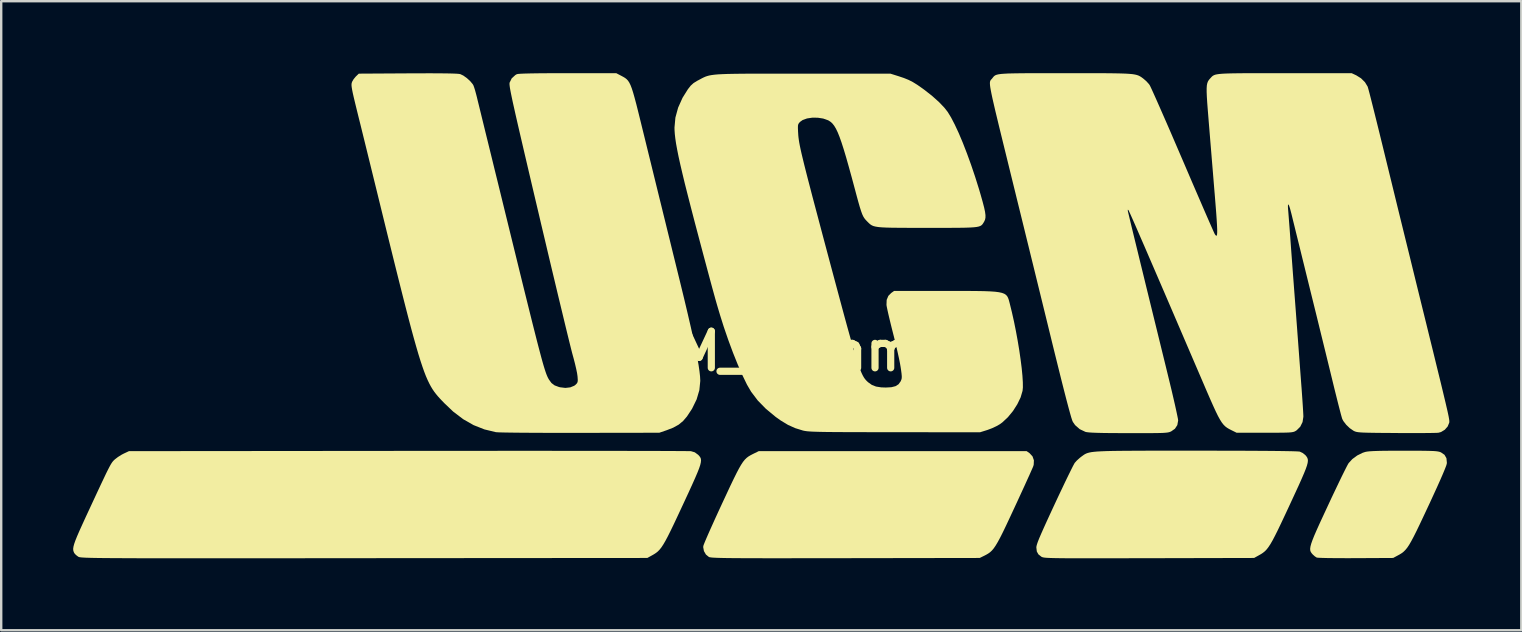
<source format=kicad_pcb>
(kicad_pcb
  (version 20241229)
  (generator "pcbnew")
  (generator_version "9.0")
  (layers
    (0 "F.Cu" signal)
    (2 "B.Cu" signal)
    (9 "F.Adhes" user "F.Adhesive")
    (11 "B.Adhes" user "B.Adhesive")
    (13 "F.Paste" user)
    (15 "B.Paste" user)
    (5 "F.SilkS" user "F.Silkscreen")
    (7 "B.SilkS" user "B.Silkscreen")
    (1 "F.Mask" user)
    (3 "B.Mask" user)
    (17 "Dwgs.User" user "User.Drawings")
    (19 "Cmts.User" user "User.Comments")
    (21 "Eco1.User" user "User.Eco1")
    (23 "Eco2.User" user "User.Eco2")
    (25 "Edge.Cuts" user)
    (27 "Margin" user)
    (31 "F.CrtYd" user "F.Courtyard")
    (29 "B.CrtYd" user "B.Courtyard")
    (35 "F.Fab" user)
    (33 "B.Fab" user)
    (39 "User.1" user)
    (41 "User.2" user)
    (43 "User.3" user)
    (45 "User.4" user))
  (footprint "UCM_20mm"
    (layer "F.Cu")
    (at 28.587 11.587)
    (property "Reference" "UCM_20mm" (at 0 0 0) (layer "F.SilkS") (effects (font (size 1.524 1.524) (thickness 0.3))))
    (attr board_only exclude_from_pos_files exclude_from_bom)
    (fp_poly (pts (xy 11.27 4.251) (xy 11.389 4.38) (xy 11.447 4.544) (xy 11.439 4.727) (xy 11.423 4.784) (xy 11.397 4.849) (xy 11.341 4.975) (xy 11.261 5.156) (xy 11.158 5.382) (xy 11.038 5.647) (xy 10.902 5.942) (xy 10.756 6.26) (xy 10.645 6.499) (xy 10.457 6.903) (xy 10.297 7.244) (xy 10.161 7.527) (xy 10.044 7.76) (xy 9.943 7.947) (xy 9.854 8.096) (xy 9.774 8.213) (xy 9.697 8.304) (xy 9.621 8.375) (xy 9.541 8.432) (xy 9.453 8.483) (xy 9.381 8.52) (xy 9.189 8.614) (xy 3.607 8.623) (xy 2.836 8.624) (xy 2.139 8.625) (xy 1.512 8.625) (xy 0.95 8.626) (xy 0.449 8.626) (xy 0.008 8.625) (xy -0.379 8.624) (xy -0.716 8.623) (xy -1.004 8.621) (xy -1.25 8.619) (xy -1.455 8.616) (xy -1.624 8.612) (xy -1.761 8.608) (xy -1.869 8.603) (xy -1.951 8.598) (xy -2.013 8.591) (xy -2.056 8.584) (xy -2.085 8.577) (xy -2.098 8.571) (xy -2.22 8.472) (xy -2.303 8.328) (xy -2.333 8.167) (xy -2.328 8.113) (xy -2.308 8.053) (xy -2.259 7.931) (xy -2.184 7.755) (xy -2.086 7.531) (xy -1.968 7.268) (xy -1.835 6.973) (xy -1.689 6.654) (xy -1.547 6.347) (xy -1.357 5.94) (xy -1.196 5.595) (xy -1.058 5.308) (xy -0.941 5.072) (xy -0.841 4.882) (xy -0.753 4.73) (xy -0.674 4.61) (xy -0.6 4.518) (xy -0.526 4.445) (xy -0.45 4.387) (xy -0.367 4.337) (xy -0.274 4.288) (xy -0.248 4.275) (xy -0.019 4.163) (xy 11.146 4.163)) (stroke (width 0) (type solid)) (fill yes) (layer "F.SilkS"))
    (fp_poly (pts (xy 26.857 4.145) (xy 27.226 4.145) (xy 27.526 4.146) (xy 27.766 4.149) (xy 27.953 4.153) (xy 28.097 4.158) (xy 28.204 4.166) (xy 28.284 4.177) (xy 28.345 4.19) (xy 28.393 4.207) (xy 28.415 4.217) (xy 28.558 4.316) (xy 28.638 4.457) (xy 28.656 4.642) (xy 28.651 4.691) (xy 28.629 4.766) (xy 28.576 4.904) (xy 28.494 5.102) (xy 28.385 5.353) (xy 28.251 5.653) (xy 28.094 5.996) (xy 27.918 6.378) (xy 27.877 6.465) (xy 27.687 6.87) (xy 27.526 7.211) (xy 27.389 7.495) (xy 27.272 7.728) (xy 27.171 7.917) (xy 27.084 8.067) (xy 27.005 8.185) (xy 26.93 8.277) (xy 26.857 8.35) (xy 26.781 8.41) (xy 26.698 8.462) (xy 26.609 8.511) (xy 26.417 8.614) (xy 24.863 8.622) (xy 24.522 8.623) (xy 24.204 8.622) (xy 23.916 8.62) (xy 23.667 8.617) (xy 23.467 8.612) (xy 23.322 8.606) (xy 23.243 8.6) (xy 23.232 8.597) (xy 23.154 8.547) (xy 23.067 8.469) (xy 23.06 8.461) (xy 23.016 8.41) (xy 22.983 8.359) (xy 22.963 8.3) (xy 22.959 8.227) (xy 22.972 8.135) (xy 23.003 8.018) (xy 23.056 7.868) (xy 23.131 7.68) (xy 23.232 7.448) (xy 23.359 7.166) (xy 23.516 6.827) (xy 23.703 6.425) (xy 23.711 6.408) (xy 23.866 6.075) (xy 24.016 5.76) (xy 24.155 5.469) (xy 24.28 5.21) (xy 24.388 4.992) (xy 24.474 4.821) (xy 24.535 4.707) (xy 24.562 4.662) (xy 24.717 4.493) (xy 24.921 4.343) (xy 25.145 4.232) (xy 25.254 4.196) (xy 25.332 4.181) (xy 25.444 4.169) (xy 25.597 4.16) (xy 25.798 4.153) (xy 26.054 4.148) (xy 26.371 4.146) (xy 26.757 4.145)) (stroke (width 0) (type solid)) (fill yes) (layer "F.SilkS"))
    (fp_poly (pts (xy 17.9 4.144) (xy 18.208 4.144) (xy 18.957 4.144) (xy 19.637 4.146) (xy 20.248 4.147) (xy 20.788 4.15) (xy 21.258 4.153) (xy 21.655 4.157) (xy 21.98 4.162) (xy 22.231 4.167) (xy 22.407 4.173) (xy 22.508 4.18) (xy 22.529 4.184) (xy 22.651 4.241) (xy 22.76 4.329) (xy 22.769 4.34) (xy 22.81 4.391) (xy 22.841 4.442) (xy 22.86 4.499) (xy 22.865 4.567) (xy 22.854 4.654) (xy 22.825 4.765) (xy 22.776 4.906) (xy 22.704 5.085) (xy 22.609 5.306) (xy 22.488 5.577) (xy 22.338 5.903) (xy 22.159 6.29) (xy 22.11 6.396) (xy 21.918 6.808) (xy 21.754 7.156) (xy 21.615 7.447) (xy 21.495 7.687) (xy 21.393 7.881) (xy 21.303 8.037) (xy 21.222 8.16) (xy 21.147 8.257) (xy 21.073 8.334) (xy 20.996 8.396) (xy 20.914 8.451) (xy 20.828 8.5) (xy 20.623 8.614) (xy 16.249 8.624) (xy 15.577 8.625) (xy 14.977 8.626) (xy 14.445 8.627) (xy 13.978 8.628) (xy 13.57 8.628) (xy 13.217 8.627) (xy 12.916 8.626) (xy 12.661 8.625) (xy 12.449 8.622) (xy 12.275 8.619) (xy 12.136 8.615) (xy 12.026 8.61) (xy 11.942 8.605) (xy 11.879 8.598) (xy 11.833 8.59) (xy 11.8 8.581) (xy 11.775 8.571) (xy 11.755 8.56) (xy 11.753 8.558) (xy 11.632 8.461) (xy 11.568 8.343) (xy 11.549 8.179) (xy 11.549 8.172) (xy 11.555 8.119) (xy 11.576 8.043) (xy 11.612 7.937) (xy 11.668 7.796) (xy 11.746 7.614) (xy 11.847 7.386) (xy 11.974 7.105) (xy 12.13 6.766) (xy 12.302 6.395) (xy 12.458 6.061) (xy 12.608 5.745) (xy 12.746 5.454) (xy 12.871 5.196) (xy 12.978 4.979) (xy 13.062 4.81) (xy 13.122 4.697) (xy 13.15 4.65) (xy 13.237 4.553) (xy 13.355 4.446) (xy 13.423 4.393) (xy 13.475 4.355) (xy 13.522 4.321) (xy 13.569 4.291) (xy 13.62 4.265) (xy 13.68 4.242) (xy 13.753 4.222) (xy 13.843 4.204) (xy 13.956 4.19) (xy 14.095 4.178) (xy 14.264 4.169) (xy 14.469 4.161) (xy 14.713 4.155) (xy 15.001 4.151) (xy 15.338 4.148) (xy 15.727 4.146) (xy 16.174 4.144) (xy 16.682 4.144) (xy 17.256 4.144)) (stroke (width 0) (type solid)) (fill yes) (layer "F.SilkS"))
    (fp_poly (pts (xy -9.334 4.149) (xy -8.551 4.15) (xy -7.806 4.15) (xy -7.1 4.15) (xy -6.438 4.151) (xy -5.822 4.152) (xy -5.255 4.153) (xy -4.74 4.154) (xy -4.28 4.155) (xy -3.878 4.156) (xy -3.537 4.158) (xy -3.261 4.159) (xy -3.051 4.161) (xy -2.912 4.163) (xy -2.846 4.164) (xy -2.842 4.165) (xy -2.684 4.212) (xy -2.547 4.313) (xy -2.539 4.321) (xy -2.492 4.371) (xy -2.456 4.421) (xy -2.432 4.477) (xy -2.424 4.545) (xy -2.432 4.631) (xy -2.458 4.742) (xy -2.505 4.883) (xy -2.575 5.06) (xy -2.669 5.28) (xy -2.789 5.549) (xy -2.937 5.873) (xy -3.115 6.257) (xy -3.194 6.427) (xy -3.385 6.836) (xy -3.547 7.181) (xy -3.686 7.469) (xy -3.804 7.706) (xy -3.906 7.898) (xy -3.995 8.051) (xy -4.075 8.172) (xy -4.15 8.267) (xy -4.223 8.342) (xy -4.299 8.403) (xy -4.381 8.457) (xy -4.456 8.5) (xy -4.662 8.614) (xy -16.46 8.623) (xy -17.588 8.624) (xy -18.641 8.625) (xy -19.623 8.626) (xy -20.536 8.626) (xy -21.382 8.627) (xy -22.164 8.627) (xy -22.885 8.627) (xy -23.547 8.628) (xy -24.152 8.627) (xy -24.704 8.627) (xy -25.205 8.626) (xy -25.657 8.626) (xy -26.063 8.625) (xy -26.425 8.623) (xy -26.746 8.622) (xy -27.029 8.62) (xy -27.276 8.618) (xy -27.49 8.616) (xy -27.673 8.613) (xy -27.827 8.61) (xy -27.956 8.606) (xy -28.062 8.603) (xy -28.147 8.598) (xy -28.214 8.594) (xy -28.266 8.589) (xy -28.305 8.584) (xy -28.333 8.578) (xy -28.354 8.572) (xy -28.369 8.565) (xy -28.381 8.558) (xy -28.474 8.488) (xy -28.54 8.414) (xy -28.544 8.407) (xy -28.569 8.351) (xy -28.585 8.292) (xy -28.587 8.222) (xy -28.574 8.135) (xy -28.544 8.024) (xy -28.494 7.882) (xy -28.422 7.703) (xy -28.325 7.48) (xy -28.201 7.206) (xy -28.049 6.874) (xy -27.918 6.593) (xy -27.725 6.177) (xy -27.561 5.825) (xy -27.424 5.532) (xy -27.309 5.29) (xy -27.216 5.094) (xy -27.139 4.939) (xy -27.077 4.819) (xy -27.027 4.727) (xy -26.985 4.659) (xy -26.949 4.608) (xy -26.915 4.568) (xy -26.88 4.533) (xy -26.846 4.502) (xy -26.722 4.407) (xy -26.569 4.311) (xy -26.479 4.264) (xy -26.263 4.163) (xy -14.638 4.152) (xy -13.696 4.151) (xy -12.774 4.15) (xy -11.873 4.15) (xy -10.998 4.15) (xy -10.15 4.149)) (stroke (width 0) (type solid)) (fill yes) (layer "F.SilkS"))
    (fp_poly (pts (xy -5.751 -11.48) (xy -5.665 -11.434) (xy -5.59 -11.389) (xy -5.526 -11.339) (xy -5.468 -11.277) (xy -5.415 -11.197) (xy -5.363 -11.092) (xy -5.31 -10.955) (xy -5.254 -10.78) (xy -5.192 -10.561) (xy -5.12 -10.291) (xy -5.038 -9.964) (xy -4.941 -9.572) (xy -4.874 -9.299) (xy -4.765 -8.857) (xy -4.645 -8.367) (xy -4.517 -7.847) (xy -4.387 -7.318) (xy -4.26 -6.801) (xy -4.141 -6.316) (xy -4.034 -5.884) (xy -4.027 -5.851) (xy -3.925 -5.44) (xy -3.817 -4.999) (xy -3.705 -4.545) (xy -3.595 -4.095) (xy -3.489 -3.666) (xy -3.393 -3.275) (xy -3.31 -2.938) (xy -3.3 -2.897) (xy -3.132 -2.207) (xy -2.985 -1.588) (xy -2.857 -1.036) (xy -2.748 -0.548) (xy -2.657 -0.121) (xy -2.584 0.249) (xy -2.528 0.565) (xy -2.489 0.831) (xy -2.465 1.049) (xy -2.456 1.222) (xy -2.456 1.24) (xy -2.494 1.621) (xy -2.608 2.007) (xy -2.798 2.396) (xy -3.009 2.716) (xy -3.173 2.908) (xy -3.358 3.06) (xy -3.584 3.185) (xy -3.856 3.291) (xy -4.163 3.396) (xy -7.463 3.401) (xy -7.987 3.402) (xy -8.488 3.401) (xy -8.958 3.4) (xy -9.393 3.398) (xy -9.786 3.396) (xy -10.134 3.393) (xy -10.429 3.389) (xy -10.667 3.385) (xy -10.841 3.38) (xy -10.948 3.374) (xy -10.972 3.372) (xy -11.45 3.257) (xy -11.903 3.078) (xy -12.336 2.831) (xy -12.754 2.513) (xy -13.125 2.16) (xy -13.219 2.062) (xy -13.307 1.969) (xy -13.389 1.878) (xy -13.466 1.785) (xy -13.54 1.689) (xy -13.611 1.585) (xy -13.68 1.471) (xy -13.749 1.343) (xy -13.818 1.199) (xy -13.889 1.035) (xy -13.961 0.849) (xy -14.036 0.636) (xy -14.116 0.395) (xy -14.201 0.122) (xy -14.291 -0.186) (xy -14.389 -0.533) (xy -14.495 -0.92) (xy -14.609 -1.352) (xy -14.733 -1.831) (xy -14.868 -2.361) (xy -15.015 -2.944) (xy -15.175 -3.584) (xy -15.348 -4.283) (xy -15.536 -5.045) (xy -15.739 -5.873) (xy -15.959 -6.77) (xy -16.153 -7.559) (xy -16.239 -7.91) (xy -16.335 -8.3) (xy -16.434 -8.703) (xy -16.531 -9.096) (xy -16.62 -9.457) (xy -16.678 -9.688) (xy -16.767 -10.049) (xy -16.839 -10.343) (xy -16.895 -10.578) (xy -16.937 -10.763) (xy -16.965 -10.904) (xy -16.982 -11.009) (xy -16.989 -11.087) (xy -16.987 -11.146) (xy -16.977 -11.192) (xy -16.962 -11.234) (xy -16.902 -11.337) (xy -16.815 -11.443) (xy -16.8 -11.458) (xy -16.685 -11.568) (xy -14.645 -11.58) (xy -14.131 -11.582) (xy -13.691 -11.583) (xy -13.323 -11.581) (xy -13.022 -11.578) (xy -12.788 -11.573) (xy -12.616 -11.566) (xy -12.504 -11.557) (xy -12.456 -11.548) (xy -12.33 -11.488) (xy -12.185 -11.385) (xy -12.047 -11.26) (xy -11.942 -11.135) (xy -11.913 -11.088) (xy -11.883 -11.009) (xy -11.841 -10.877) (xy -11.796 -10.711) (xy -11.764 -10.587) (xy -11.733 -10.457) (xy -11.685 -10.263) (xy -11.625 -10.018) (xy -11.555 -9.732) (xy -11.478 -9.418) (xy -11.397 -9.086) (xy -11.318 -8.767) (xy -11.233 -8.42) (xy -11.133 -8.014) (xy -11.024 -7.567) (xy -10.907 -7.094) (xy -10.789 -6.613) (xy -10.673 -6.139) (xy -10.563 -5.69) (xy -10.513 -5.487) (xy -10.315 -4.679) (xy -10.134 -3.942) (xy -9.97 -3.273) (xy -9.821 -2.668) (xy -9.686 -2.124) (xy -9.565 -1.637) (xy -9.457 -1.203) (xy -9.36 -0.82) (xy -9.275 -0.484) (xy -9.199 -0.19) (xy -9.132 0.063) (xy -9.074 0.281) (xy -9.023 0.465) (xy -8.978 0.62) (xy -8.938 0.75) (xy -8.903 0.857) (xy -8.872 0.945) (xy -8.843 1.018) (xy -8.816 1.079) (xy -8.789 1.131) (xy -8.765 1.174) (xy -8.658 1.323) (xy -8.525 1.423) (xy -8.344 1.49) (xy -8.294 1.502) (xy -8.076 1.528) (xy -7.873 1.505) (xy -7.707 1.437) (xy -7.653 1.396) (xy -7.597 1.338) (xy -7.568 1.282) (xy -7.56 1.203) (xy -7.568 1.077) (xy -7.571 1.042) (xy -7.589 0.916) (xy -7.626 0.735) (xy -7.676 0.521) (xy -7.735 0.292) (xy -7.768 0.173) (xy -7.798 0.062) (xy -7.844 -0.119) (xy -7.905 -0.364) (xy -7.98 -0.67) (xy -8.068 -1.03) (xy -8.167 -1.442) (xy -8.277 -1.898) (xy -8.397 -2.396) (xy -8.524 -2.929) (xy -8.659 -3.493) (xy -8.799 -4.083) (xy -8.943 -4.694) (xy -9.092 -5.321) (xy -9.191 -5.744) (xy -9.366 -6.484) (xy -9.523 -7.153) (xy -9.664 -7.754) (xy -9.79 -8.292) (xy -9.901 -8.77) (xy -9.999 -9.191) (xy -10.084 -9.56) (xy -10.157 -9.88) (xy -10.218 -10.154) (xy -10.27 -10.386) (xy -10.311 -10.581) (xy -10.344 -10.741) (xy -10.369 -10.87) (xy -10.387 -10.972) (xy -10.398 -11.051) (xy -10.404 -11.11) (xy -10.405 -11.153) (xy -10.403 -11.184) (xy -10.4 -11.195) (xy -10.314 -11.371) (xy -10.163 -11.509) (xy -10.103 -11.544) (xy -10.053 -11.555) (xy -9.946 -11.564) (xy -9.779 -11.571) (xy -9.549 -11.577) (xy -9.254 -11.582) (xy -8.89 -11.585) (xy -8.455 -11.587) (xy -7.988 -11.587) (xy -5.956 -11.587)) (stroke (width 0) (type solid)) (fill yes) (layer "F.SilkS"))
    (fp_poly (pts (xy 1.534 -11.568) (xy 1.823 -11.568) (xy 5.468 -11.568) (xy 5.805 -11.462) (xy 6.032 -11.386) (xy 6.224 -11.308) (xy 6.403 -11.217) (xy 6.589 -11.102) (xy 6.803 -10.952) (xy 6.9 -10.881) (xy 7.22 -10.628) (xy 7.496 -10.38) (xy 7.719 -10.146) (xy 7.855 -9.972) (xy 7.996 -9.741) (xy 8.15 -9.444) (xy 8.315 -9.09) (xy 8.485 -8.687) (xy 8.657 -8.244) (xy 8.829 -7.77) (xy 8.997 -7.273) (xy 9.157 -6.763) (xy 9.23 -6.515) (xy 9.313 -6.221) (xy 9.373 -5.99) (xy 9.411 -5.811) (xy 9.429 -5.672) (xy 9.428 -5.565) (xy 9.409 -5.477) (xy 9.373 -5.399) (xy 9.363 -5.383) (xy 9.332 -5.332) (xy 9.302 -5.289) (xy 9.266 -5.253) (xy 9.219 -5.223) (xy 9.154 -5.199) (xy 9.065 -5.18) (xy 8.945 -5.166) (xy 8.789 -5.156) (xy 8.591 -5.149) (xy 8.344 -5.145) (xy 8.042 -5.143) (xy 7.679 -5.142) (xy 7.248 -5.142) (xy 6.995 -5.142) (xy 6.526 -5.142) (xy 6.128 -5.143) (xy 5.793 -5.145) (xy 5.516 -5.148) (xy 5.29 -5.154) (xy 5.108 -5.163) (xy 4.964 -5.176) (xy 4.852 -5.194) (xy 4.764 -5.216) (xy 4.695 -5.245) (xy 4.638 -5.281) (xy 4.586 -5.324) (xy 4.534 -5.375) (xy 4.496 -5.413) (xy 4.435 -5.477) (xy 4.383 -5.542) (xy 4.336 -5.618) (xy 4.291 -5.715) (xy 4.245 -5.842) (xy 4.192 -6.009) (xy 4.13 -6.225) (xy 4.055 -6.5) (xy 4.004 -6.692) (xy 3.862 -7.222) (xy 3.735 -7.682) (xy 3.623 -8.078) (xy 3.522 -8.414) (xy 3.431 -8.697) (xy 3.348 -8.932) (xy 3.271 -9.123) (xy 3.198 -9.275) (xy 3.126 -9.395) (xy 3.054 -9.487) (xy 2.98 -9.556) (xy 2.902 -9.608) (xy 2.868 -9.626) (xy 2.666 -9.697) (xy 2.439 -9.732) (xy 2.209 -9.733) (xy 1.993 -9.701) (xy 1.813 -9.637) (xy 1.706 -9.561) (xy 1.659 -9.511) (xy 1.63 -9.464) (xy 1.615 -9.4) (xy 1.613 -9.302) (xy 1.619 -9.153) (xy 1.624 -9.074) (xy 1.629 -8.992) (xy 1.638 -8.904) (xy 1.651 -8.808) (xy 1.668 -8.698) (xy 1.692 -8.571) (xy 1.723 -8.422) (xy 1.762 -8.248) (xy 1.811 -8.043) (xy 1.869 -7.803) (xy 1.939 -7.525) (xy 2.021 -7.204) (xy 2.117 -6.836) (xy 2.226 -6.416) (xy 2.352 -5.941) (xy 2.494 -5.406) (xy 2.653 -4.806) (xy 2.831 -4.138) (xy 2.896 -3.894) (xy 3.084 -3.191) (xy 3.254 -2.558) (xy 3.406 -1.992) (xy 3.542 -1.488) (xy 3.664 -1.042) (xy 3.773 -0.65) (xy 3.869 -0.309) (xy 3.955 -0.014) (xy 4.031 0.238) (xy 4.098 0.452) (xy 4.159 0.631) (xy 4.214 0.779) (xy 4.264 0.901) (xy 4.311 1) (xy 4.356 1.081) (xy 4.4 1.146) (xy 4.445 1.201) (xy 4.492 1.249) (xy 4.541 1.294) (xy 4.541 1.294) (xy 4.693 1.402) (xy 4.867 1.471) (xy 5.082 1.505) (xy 5.276 1.512) (xy 5.509 1.499) (xy 5.682 1.455) (xy 5.806 1.376) (xy 5.892 1.257) (xy 5.898 1.245) (xy 5.924 1.183) (xy 5.939 1.121) (xy 5.941 1.041) (xy 5.931 0.928) (xy 5.909 0.763) (xy 5.894 0.666) (xy 5.866 0.502) (xy 5.821 0.28) (xy 5.763 0.017) (xy 5.696 -0.271) (xy 5.624 -0.567) (xy 5.574 -0.763) (xy 5.505 -1.037) (xy 5.442 -1.295) (xy 5.387 -1.527) (xy 5.344 -1.719) (xy 5.315 -1.86) (xy 5.304 -1.93) (xy 5.312 -2.141) (xy 5.382 -2.308) (xy 5.501 -2.428) (xy 5.621 -2.513) (xy 7.75 -2.513) (xy 8.255 -2.513) (xy 8.688 -2.513) (xy 9.056 -2.51) (xy 9.365 -2.505) (xy 9.619 -2.495) (xy 9.826 -2.481) (xy 9.989 -2.46) (xy 10.116 -2.432) (xy 10.212 -2.396) (xy 10.283 -2.35) (xy 10.333 -2.294) (xy 10.37 -2.226) (xy 10.399 -2.145) (xy 10.425 -2.05) (xy 10.44 -1.993) (xy 10.53 -1.627) (xy 10.617 -1.239) (xy 10.698 -0.838) (xy 10.772 -0.433) (xy 10.838 -0.035) (xy 10.893 0.346) (xy 10.938 0.701) (xy 10.969 1.02) (xy 10.986 1.293) (xy 10.988 1.51) (xy 10.974 1.65) (xy 10.894 1.922) (xy 10.756 2.208) (xy 10.576 2.49) (xy 10.364 2.748) (xy 10.134 2.963) (xy 10.029 3.04) (xy 9.884 3.123) (xy 9.702 3.208) (xy 9.522 3.276) (xy 9.511 3.28) (xy 9.204 3.376) (xy 5.648 3.374) (xy 5.04 3.373) (xy 4.504 3.372) (xy 4.035 3.371) (xy 3.627 3.37) (xy 3.277 3.368) (xy 2.979 3.366) (xy 2.728 3.363) (xy 2.519 3.359) (xy 2.348 3.354) (xy 2.209 3.349) (xy 2.097 3.342) (xy 2.008 3.335) (xy 1.937 3.326) (xy 1.878 3.316) (xy 1.826 3.305) (xy 1.823 3.304) (xy 1.503 3.205) (xy 1.2 3.069) (xy 0.893 2.883) (xy 0.685 2.735) (xy 0.278 2.398) (xy -0.06 2.052) (xy -0.336 1.688) (xy -0.509 1.392) (xy -0.696 1.006) (xy -0.892 0.559) (xy -1.091 0.064) (xy -1.287 -0.465) (xy -1.475 -1.012) (xy -1.627 -1.493) (xy -1.675 -1.653) (xy -1.723 -1.814) (xy -1.773 -1.985) (xy -1.826 -2.171) (xy -1.884 -2.381) (xy -1.95 -2.62) (xy -2.025 -2.896) (xy -2.111 -3.216) (xy -2.21 -3.586) (xy -2.325 -4.015) (xy -2.456 -4.508) (xy -2.507 -4.7) (xy -2.685 -5.373) (xy -2.842 -5.977) (xy -2.98 -6.516) (xy -3.101 -6.995) (xy -3.203 -7.419) (xy -3.29 -7.792) (xy -3.362 -8.118) (xy -3.419 -8.403) (xy -3.464 -8.651) (xy -3.496 -8.867) (xy -3.517 -9.054) (xy -3.528 -9.218) (xy -3.53 -9.324) (xy -3.492 -9.737) (xy -3.379 -10.151) (xy -3.194 -10.563) (xy -2.971 -10.919) (xy -2.855 -11.067) (xy -2.736 -11.175) (xy -2.581 -11.271) (xy -2.544 -11.29) (xy -2.459 -11.335) (xy -2.384 -11.376) (xy -2.313 -11.411) (xy -2.243 -11.442) (xy -2.167 -11.468) (xy -2.081 -11.491) (xy -1.981 -11.509) (xy -1.86 -11.525) (xy -1.715 -11.538) (xy -1.539 -11.547) (xy -1.329 -11.555) (xy -1.079 -11.56) (xy -0.784 -11.564) (xy -0.44 -11.567) (xy -0.041 -11.568) (xy 0.418 -11.568) (xy 0.941 -11.568)) (stroke (width 0) (type solid)) (fill yes) (layer "F.SilkS"))
    (fp_poly (pts (xy 13.784 -11.587) (xy 14.19 -11.586) (xy 14.535 -11.585) (xy 14.827 -11.581) (xy 15.069 -11.576) (xy 15.269 -11.569) (xy 15.43 -11.559) (xy 15.56 -11.547) (xy 15.662 -11.53) (xy 15.744 -11.51) (xy 15.811 -11.486) (xy 15.868 -11.457) (xy 15.921 -11.424) (xy 15.975 -11.385) (xy 16.013 -11.356) (xy 16.131 -11.254) (xy 16.239 -11.135) (xy 16.268 -11.095) (xy 16.298 -11.038) (xy 16.356 -10.915) (xy 16.438 -10.734) (xy 16.544 -10.498) (xy 16.67 -10.213) (xy 16.814 -9.885) (xy 16.974 -9.52) (xy 17.147 -9.122) (xy 17.33 -8.697) (xy 17.522 -8.251) (xy 17.648 -7.959) (xy 17.843 -7.504) (xy 18.03 -7.068) (xy 18.208 -6.656) (xy 18.373 -6.274) (xy 18.523 -5.927) (xy 18.656 -5.621) (xy 18.77 -5.36) (xy 18.863 -5.15) (xy 18.931 -4.996) (xy 18.973 -4.905) (xy 18.985 -4.88) (xy 19.019 -4.834) (xy 19.046 -4.812) (xy 19.066 -4.821) (xy 19.079 -4.864) (xy 19.085 -4.949) (xy 19.085 -5.078) (xy 19.077 -5.259) (xy 19.063 -5.495) (xy 19.042 -5.792) (xy 19.013 -6.155) (xy 18.978 -6.589) (xy 18.976 -6.608) (xy 18.941 -7.031) (xy 18.904 -7.485) (xy 18.865 -7.954) (xy 18.827 -8.419) (xy 18.79 -8.863) (xy 18.757 -9.269) (xy 18.728 -9.617) (xy 18.725 -9.662) (xy 18.694 -10.042) (xy 18.67 -10.354) (xy 18.654 -10.605) (xy 18.646 -10.804) (xy 18.646 -10.959) (xy 18.654 -11.078) (xy 18.672 -11.169) (xy 18.698 -11.24) (xy 18.734 -11.299) (xy 18.78 -11.355) (xy 18.795 -11.37) (xy 18.832 -11.411) (xy 18.865 -11.446) (xy 18.901 -11.476) (xy 18.945 -11.501) (xy 19.001 -11.523) (xy 19.076 -11.54) (xy 19.174 -11.554) (xy 19.302 -11.565) (xy 19.464 -11.573) (xy 19.667 -11.579) (xy 19.914 -11.583) (xy 20.213 -11.586) (xy 20.568 -11.587) (xy 20.984 -11.587) (xy 21.468 -11.587) (xy 21.897 -11.587) (xy 24.69 -11.587) (xy 24.882 -11.497) (xy 25.078 -11.375) (xy 25.242 -11.213) (xy 25.351 -11.034) (xy 25.354 -11.029) (xy 25.37 -10.978) (xy 25.398 -10.877) (xy 25.439 -10.723) (xy 25.493 -10.513) (xy 25.56 -10.246) (xy 25.642 -9.919) (xy 25.739 -9.53) (xy 25.851 -9.076) (xy 25.979 -8.555) (xy 26.123 -7.965) (xy 26.285 -7.303) (xy 26.34 -7.079) (xy 26.405 -6.813) (xy 26.486 -6.481) (xy 26.582 -6.088) (xy 26.691 -5.644) (xy 26.811 -5.156) (xy 26.94 -4.631) (xy 27.077 -4.077) (xy 27.218 -3.501) (xy 27.363 -2.91) (xy 27.51 -2.313) (xy 27.626 -1.842) (xy 27.796 -1.154) (xy 27.947 -0.538) (xy 28.083 0.012) (xy 28.202 0.5) (xy 28.307 0.929) (xy 28.399 1.303) (xy 28.477 1.626) (xy 28.543 1.902) (xy 28.599 2.136) (xy 28.644 2.331) (xy 28.681 2.49) (xy 28.709 2.619) (xy 28.73 2.72) (xy 28.744 2.799) (xy 28.753 2.858) (xy 28.758 2.902) (xy 28.758 2.934) (xy 28.757 2.96) (xy 28.753 2.981) (xy 28.688 3.137) (xy 28.568 3.272) (xy 28.413 3.366) (xy 28.308 3.395) (xy 28.234 3.4) (xy 28.093 3.404) (xy 27.894 3.407) (xy 27.645 3.409) (xy 27.355 3.41) (xy 27.033 3.41) (xy 26.69 3.409) (xy 26.532 3.407) (xy 26.138 3.404) (xy 25.813 3.402) (xy 25.549 3.398) (xy 25.34 3.394) (xy 25.177 3.389) (xy 25.054 3.382) (xy 24.962 3.373) (xy 24.895 3.362) (xy 24.844 3.348) (xy 24.801 3.331) (xy 24.764 3.312) (xy 24.609 3.205) (xy 24.46 3.062) (xy 24.343 2.909) (xy 24.296 2.82) (xy 24.276 2.755) (xy 24.24 2.626) (xy 24.192 2.442) (xy 24.133 2.213) (xy 24.067 1.95) (xy 23.995 1.662) (xy 23.959 1.516) (xy 23.799 0.859) (xy 23.65 0.25) (xy 23.508 -0.329) (xy 23.369 -0.894) (xy 23.23 -1.462) (xy 23.085 -2.049) (xy 22.931 -2.672) (xy 22.764 -3.349) (xy 22.715 -3.549) (xy 22.621 -3.929) (xy 22.531 -4.296) (xy 22.445 -4.643) (xy 22.367 -4.959) (xy 22.299 -5.236) (xy 22.242 -5.466) (xy 22.2 -5.64) (xy 22.173 -5.749) (xy 22.171 -5.755) (xy 22.122 -5.942) (xy 22.082 -6.064) (xy 22.052 -6.118) (xy 22.035 -6.102) (xy 22.033 -6.014) (xy 22.04 -5.909) (xy 22.049 -5.803) (xy 22.062 -5.635) (xy 22.079 -5.415) (xy 22.099 -5.159) (xy 22.12 -4.878) (xy 22.14 -4.604) (xy 22.164 -4.276) (xy 22.19 -3.927) (xy 22.216 -3.578) (xy 22.24 -3.251) (xy 22.262 -2.965) (xy 22.273 -2.82) (xy 22.29 -2.594) (xy 22.312 -2.308) (xy 22.337 -1.979) (xy 22.364 -1.624) (xy 22.391 -1.261) (xy 22.418 -0.907) (xy 22.425 -0.806) (xy 22.453 -0.435) (xy 22.483 -0.032) (xy 22.514 0.382) (xy 22.544 0.785) (xy 22.572 1.158) (xy 22.596 1.477) (xy 22.599 1.507) (xy 22.619 1.791) (xy 22.638 2.06) (xy 22.654 2.302) (xy 22.666 2.503) (xy 22.674 2.652) (xy 22.676 2.729) (xy 22.642 2.951) (xy 22.546 3.145) (xy 22.397 3.293) (xy 22.37 3.311) (xy 22.33 3.335) (xy 22.287 3.354) (xy 22.232 3.368) (xy 22.158 3.379) (xy 22.054 3.387) (xy 21.913 3.391) (xy 21.724 3.394) (xy 21.479 3.395) (xy 21.169 3.396) (xy 21.064 3.396) (xy 19.894 3.396) (xy 19.678 3.289) (xy 19.582 3.24) (xy 19.498 3.19) (xy 19.421 3.132) (xy 19.349 3.06) (xy 19.277 2.968) (xy 19.201 2.848) (xy 19.117 2.695) (xy 19.022 2.501) (xy 18.912 2.261) (xy 18.782 1.968) (xy 18.629 1.616) (xy 18.504 1.324) (xy 18.124 0.44) (xy 17.774 -0.375) (xy 17.452 -1.125) (xy 17.158 -1.81) (xy 16.89 -2.433) (xy 16.647 -2.996) (xy 16.429 -3.502) (xy 16.234 -3.953) (xy 16.063 -4.35) (xy 15.912 -4.696) (xy 15.783 -4.994) (xy 15.674 -5.245) (xy 15.583 -5.451) (xy 15.51 -5.615) (xy 15.455 -5.738) (xy 15.415 -5.824) (xy 15.391 -5.874) (xy 15.381 -5.889) (xy 15.357 -5.895) (xy 15.364 -5.832) (xy 15.388 -5.731) (xy 15.429 -5.56) (xy 15.486 -5.321) (xy 15.559 -5.02) (xy 15.647 -4.659) (xy 15.749 -4.243) (xy 15.863 -3.775) (xy 15.989 -3.26) (xy 16.125 -2.701) (xy 16.272 -2.102) (xy 16.428 -1.466) (xy 16.592 -0.798) (xy 16.763 -0.101) (xy 16.94 0.62) (xy 17.021 0.952) (xy 17.109 1.314) (xy 17.192 1.658) (xy 17.266 1.976) (xy 17.331 2.259) (xy 17.384 2.5) (xy 17.424 2.69) (xy 17.45 2.821) (xy 17.458 2.884) (xy 17.424 3.076) (xy 17.324 3.23) (xy 17.168 3.339) (xy 17.127 3.357) (xy 17.081 3.373) (xy 17.023 3.385) (xy 16.946 3.394) (xy 16.842 3.402) (xy 16.704 3.407) (xy 16.525 3.41) (xy 16.296 3.412) (xy 16.01 3.413) (xy 15.66 3.413) (xy 15.383 3.412) (xy 14.955 3.411) (xy 14.598 3.409) (xy 14.304 3.405) (xy 14.07 3.399) (xy 13.887 3.392) (xy 13.751 3.383) (xy 13.655 3.372) (xy 13.592 3.359) (xy 13.591 3.358) (xy 13.357 3.247) (xy 13.164 3.078) (xy 13.07 2.943) (xy 13.043 2.879) (xy 13.003 2.755) (xy 12.95 2.569) (xy 12.882 2.32) (xy 12.799 2.006) (xy 12.701 1.625) (xy 12.587 1.175) (xy 12.458 0.656) (xy 12.311 0.064) (xy 12.201 -0.384) (xy 12.077 -0.891) (xy 11.953 -1.398) (xy 11.831 -1.896) (xy 11.713 -2.377) (xy 11.601 -2.833) (xy 11.497 -3.257) (xy 11.403 -3.641) (xy 11.32 -3.977) (xy 11.252 -4.256) (xy 11.199 -4.471) (xy 11.185 -4.527) (xy 11.107 -4.844) (xy 11.017 -5.212) (xy 10.92 -5.606) (xy 10.822 -6.004) (xy 10.729 -6.381) (xy 10.671 -6.619) (xy 10.504 -7.297) (xy 10.355 -7.904) (xy 10.222 -8.445) (xy 10.105 -8.923) (xy 10.002 -9.343) (xy 9.914 -9.708) (xy 9.838 -10.023) (xy 9.776 -10.292) (xy 9.724 -10.518) (xy 9.684 -10.705) (xy 9.654 -10.858) (xy 9.632 -10.981) (xy 9.619 -11.078) (xy 9.614 -11.152) (xy 9.615 -11.208) (xy 9.623 -11.249) (xy 9.635 -11.281) (xy 9.652 -11.306) (xy 9.672 -11.328) (xy 9.695 -11.353) (xy 9.712 -11.373) (xy 9.743 -11.413) (xy 9.772 -11.448) (xy 9.804 -11.477) (xy 9.846 -11.503) (xy 9.902 -11.524) (xy 9.977 -11.541) (xy 10.078 -11.555) (xy 10.209 -11.565) (xy 10.375 -11.574) (xy 10.583 -11.579) (xy 10.838 -11.583) (xy 11.144 -11.586) (xy 11.508 -11.587) (xy 11.934 -11.587) (xy 12.428 -11.587) (xy 12.77 -11.587) (xy 13.313 -11.587)) (stroke (width 0) (type solid)) (fill yes) (layer "F.SilkS")))
  (gr_rect
    (start -3 -3)
    (end 60.345 23.215)
    (stroke (width 0.1) (type default))
    (fill no)
    (layer "Edge.Cuts")))
</source>
